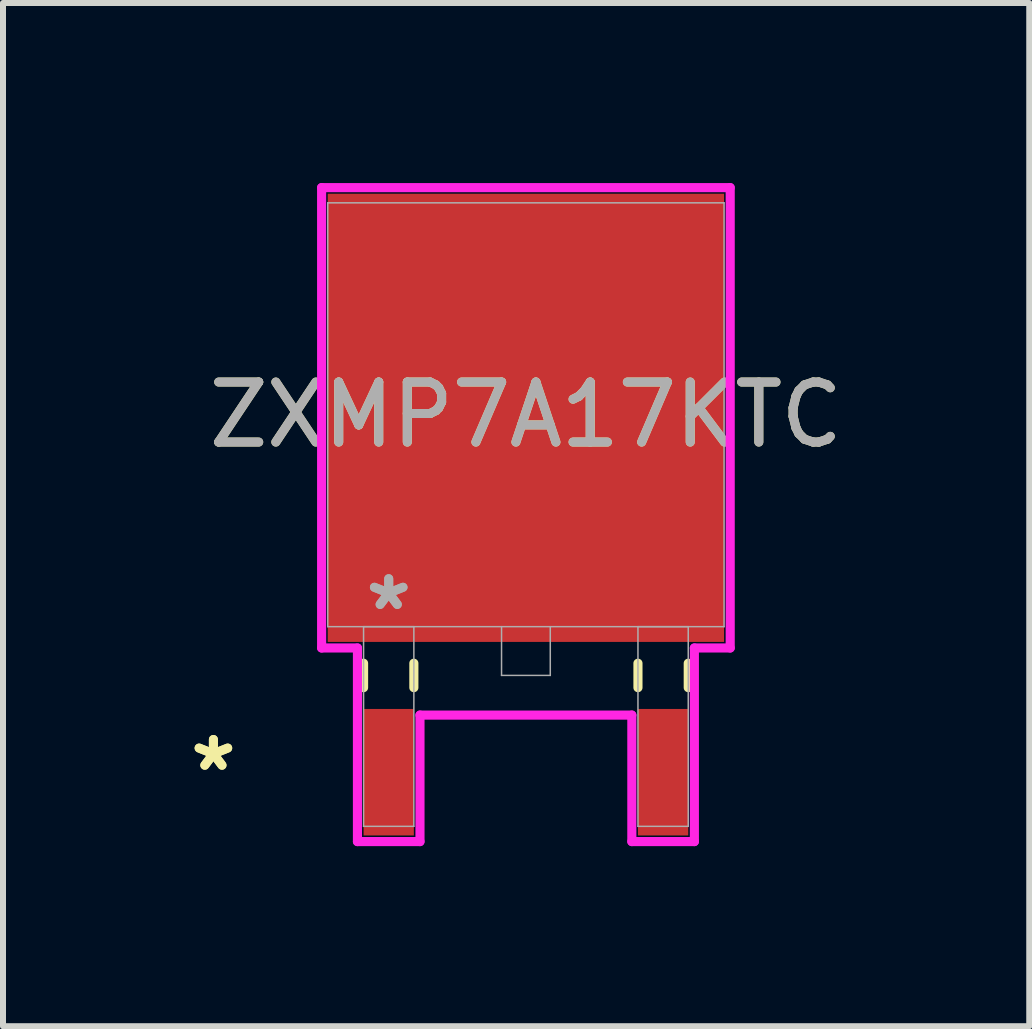
<source format=kicad_pcb>
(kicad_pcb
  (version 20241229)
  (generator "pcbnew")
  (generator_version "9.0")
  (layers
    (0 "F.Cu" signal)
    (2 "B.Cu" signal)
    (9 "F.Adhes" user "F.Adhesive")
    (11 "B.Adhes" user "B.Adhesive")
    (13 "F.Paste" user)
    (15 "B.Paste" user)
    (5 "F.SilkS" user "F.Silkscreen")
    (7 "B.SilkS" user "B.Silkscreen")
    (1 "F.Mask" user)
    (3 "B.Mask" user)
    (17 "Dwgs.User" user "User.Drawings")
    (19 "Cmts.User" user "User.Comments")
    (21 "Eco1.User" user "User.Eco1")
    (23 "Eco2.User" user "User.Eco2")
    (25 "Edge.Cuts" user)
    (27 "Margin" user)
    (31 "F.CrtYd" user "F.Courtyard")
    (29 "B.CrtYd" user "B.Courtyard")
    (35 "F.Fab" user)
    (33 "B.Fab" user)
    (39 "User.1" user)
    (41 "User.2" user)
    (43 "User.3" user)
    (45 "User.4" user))
  (footprint "ZXMP7A17KTC"
    (layer "F.Cu")
    (at 5.713 3.861)
    (property "Reference" "ZXMP7A17KTC" (at 0 0 0) (unlocked yes) (layer "F.SilkS") (effects (font (size 1 1) (thickness 0.15))))
    (attr smd)
    (fp_line (start -2.705 4.14) (end -2.705 4.547) (stroke (width 0.152) (type solid)) (layer "F.SilkS"))
    (fp_line (start -1.867 4.14) (end -1.867 4.547) (stroke (width 0.152) (type solid)) (layer "F.SilkS"))
    (fp_line (start 1.867 4.14) (end 1.867 4.547) (stroke (width 0.152) (type solid)) (layer "F.SilkS"))
    (fp_line (start 2.705 4.14) (end 2.705 4.547) (stroke (width 0.152) (type solid)) (layer "F.SilkS"))
    (fp_line (start -3.404 -3.785) (end 3.404 -3.785) (stroke (width 0.152) (type solid)) (layer "F.CrtYd"))
    (fp_line (start -3.404 3.886) (end -3.404 -3.785) (stroke (width 0.152) (type solid)) (layer "F.CrtYd"))
    (fp_line (start -2.807 3.886) (end -3.404 3.886) (stroke (width 0.152) (type solid)) (layer "F.CrtYd"))
    (fp_line (start -2.807 7.112) (end -2.807 3.886) (stroke (width 0.152) (type solid)) (layer "F.CrtYd"))
    (fp_line (start -1.765 5.004) (end -1.765 7.112) (stroke (width 0.152) (type solid)) (layer "F.CrtYd"))
    (fp_line (start -1.765 7.112) (end -2.807 7.112) (stroke (width 0.152) (type solid)) (layer "F.CrtYd"))
    (fp_line (start 1.765 5.004) (end -1.765 5.004) (stroke (width 0.152) (type solid)) (layer "F.CrtYd"))
    (fp_line (start 1.765 7.112) (end 1.765 5.004) (stroke (width 0.152) (type solid)) (layer "F.CrtYd"))
    (fp_line (start 2.807 3.886) (end 2.807 7.112) (stroke (width 0.152) (type solid)) (layer "F.CrtYd"))
    (fp_line (start 2.807 7.112) (end 1.765 7.112) (stroke (width 0.152) (type solid)) (layer "F.CrtYd"))
    (fp_line (start 3.404 -3.785) (end 3.404 3.886) (stroke (width 0.152) (type solid)) (layer "F.CrtYd"))
    (fp_line (start 3.404 3.886) (end 2.807 3.886) (stroke (width 0.152) (type solid)) (layer "F.CrtYd"))
    (fp_line (start -3.302 -3.531) (end -3.302 3.531) (stroke (width 0.025) (type solid)) (layer "F.Fab"))
    (fp_line (start -3.302 3.531) (end 3.302 3.531) (stroke (width 0.025) (type solid)) (layer "F.Fab"))
    (fp_line (start -2.705 3.531) (end -2.705 6.858) (stroke (width 0.025) (type solid)) (layer "F.Fab"))
    (fp_line (start -2.705 6.858) (end -1.867 6.858) (stroke (width 0.025) (type solid)) (layer "F.Fab"))
    (fp_line (start -1.867 3.531) (end -2.705 3.531) (stroke (width 0.025) (type solid)) (layer "F.Fab"))
    (fp_line (start -1.867 6.858) (end -1.867 3.531) (stroke (width 0.025) (type solid)) (layer "F.Fab"))
    (fp_line (start -0.406 3.531) (end -0.406 4.343) (stroke (width 0.025) (type solid)) (layer "F.Fab"))
    (fp_line (start -0.406 4.343) (end 0.406 4.343) (stroke (width 0.025) (type solid)) (layer "F.Fab"))
    (fp_line (start 0.406 4.343) (end 0.406 3.531) (stroke (width 0.025) (type solid)) (layer "F.Fab"))
    (fp_line (start 1.867 3.531) (end 1.867 6.858) (stroke (width 0.025) (type solid)) (layer "F.Fab"))
    (fp_line (start 1.867 6.858) (end 2.705 6.858) (stroke (width 0.025) (type solid)) (layer "F.Fab"))
    (fp_line (start 2.705 3.531) (end 1.867 3.531) (stroke (width 0.025) (type solid)) (layer "F.Fab"))
    (fp_line (start 2.705 6.858) (end 2.705 3.531) (stroke (width 0.025) (type solid)) (layer "F.Fab"))
    (fp_line (start 3.302 -3.531) (end -3.302 -3.531) (stroke (width 0.025) (type solid)) (layer "F.Fab"))
    (fp_line (start 3.302 3.531) (end 3.302 -3.531) (stroke (width 0.025) (type solid)) (layer "F.Fab"))
    (fp_text user "*" (at -5.207 5.956 0) (layer "F.SilkS") (effects (font (size 1 1) (thickness 0.15))))
    (fp_text user "*" (at -5.207 5.956 0) (unlocked yes) (layer "F.SilkS") (effects (font (size 1 1) (thickness 0.15))))
    (fp_text user "${REFERENCE}" (at 0 0 0) (unlocked yes) (layer "F.Fab") (effects (font (size 1 1) (thickness 0.15))))
    (fp_text user "*" (at -2.286 3.277 0) (unlocked yes) (layer "F.Fab") (effects (font (size 1 1) (thickness 0.15))))
    (fp_text user "*" (at -2.286 3.277 0) (layer "F.Fab") (effects (font (size 1 1) (thickness 0.15))))
    (pad "1" smd rect (at -2.286 5.956) (size 0.838 2.108) (layers "F.Cu" "F.Mask" "F.Paste"))
    (pad "2" smd rect (at 0 0.051) (size 6.604 7.468) (layers "F.Cu" "F.Mask" "F.Paste"))
    (pad "3" smd rect (at 2.286 5.956) (size 0.838 2.108) (layers "F.Cu" "F.Mask" "F.Paste")))
  (gr_rect
    (start -3 -3)
    (end 14.1 14.049)
    (stroke (width 0.1) (type default))
    (fill no)
    (layer "Edge.Cuts")))
</source>
